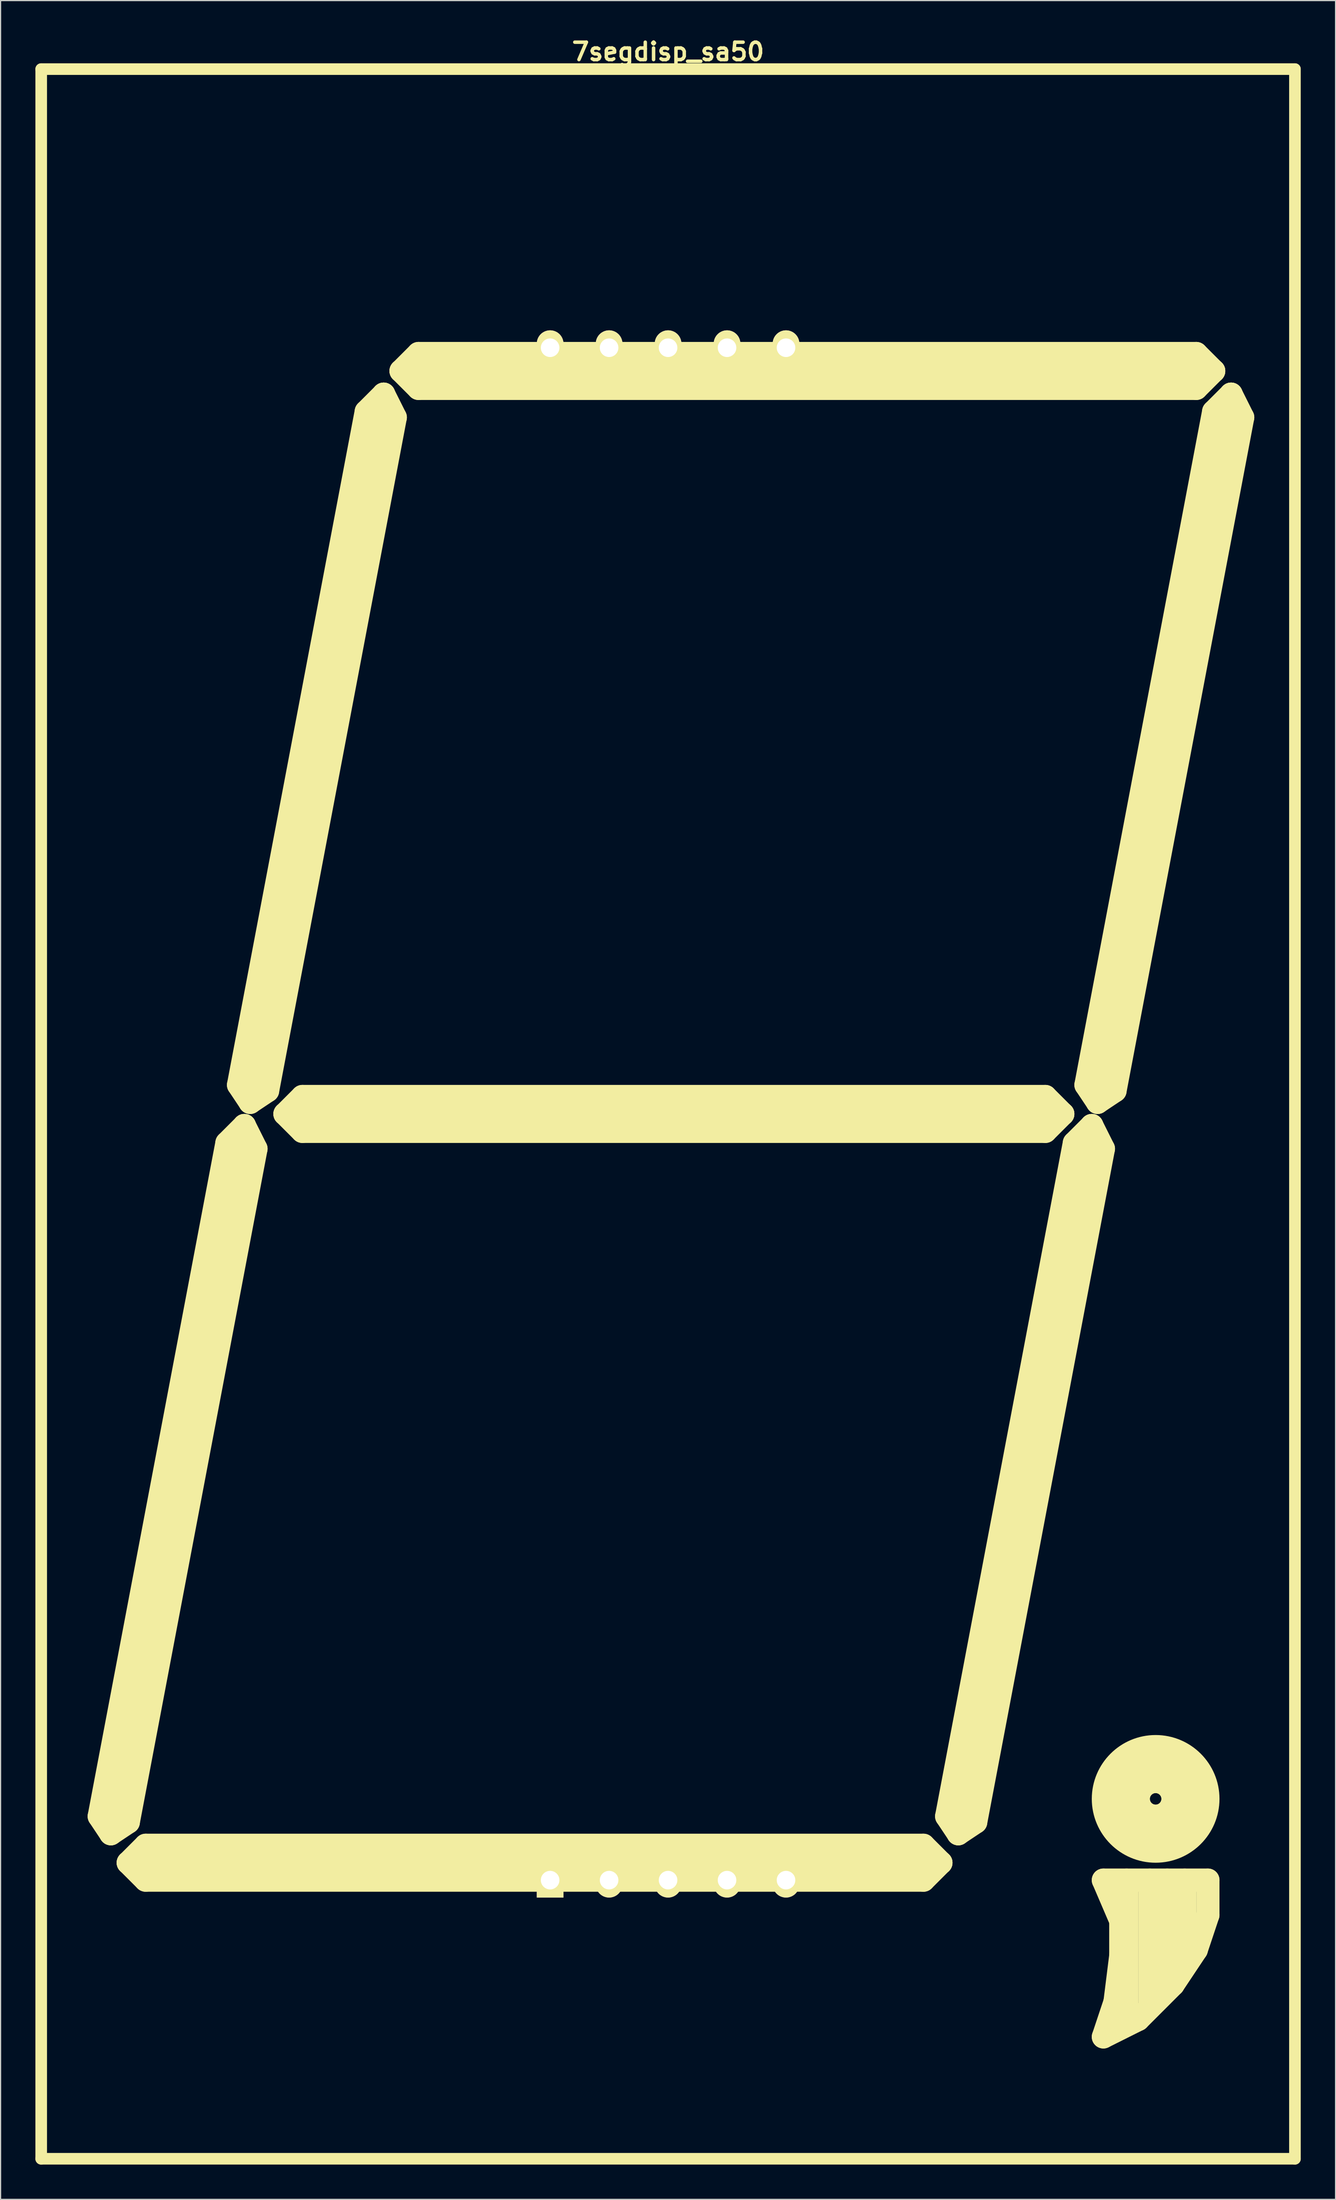
<source format=kicad_pcb>
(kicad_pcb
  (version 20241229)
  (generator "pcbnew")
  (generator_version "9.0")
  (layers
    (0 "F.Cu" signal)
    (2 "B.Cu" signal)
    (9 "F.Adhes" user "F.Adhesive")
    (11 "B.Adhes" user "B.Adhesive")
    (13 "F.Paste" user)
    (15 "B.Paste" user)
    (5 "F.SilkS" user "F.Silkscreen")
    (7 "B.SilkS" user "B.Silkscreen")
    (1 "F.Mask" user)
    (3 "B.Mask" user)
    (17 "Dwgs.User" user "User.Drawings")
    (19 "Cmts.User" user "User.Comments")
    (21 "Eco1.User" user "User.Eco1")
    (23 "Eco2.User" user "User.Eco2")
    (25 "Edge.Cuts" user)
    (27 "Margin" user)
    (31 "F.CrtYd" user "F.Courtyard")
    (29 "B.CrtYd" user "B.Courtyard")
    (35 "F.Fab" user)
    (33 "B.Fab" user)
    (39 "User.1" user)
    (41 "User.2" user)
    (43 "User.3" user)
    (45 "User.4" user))
  (footprint "7segdisp_sa50"
    (layer "F.Cu")
    (at 54.5 92.904)
    (property "Reference" "7segdisp_sa50" (at 0 -91.5 0) (layer "F.SilkS") (effects (font (size 1.5 1.5) (thickness 0.3))))
    (attr through_hole)
    (fp_line (start -54 90) (end -54 -90) (stroke (width 1) (type solid)) (layer "F.SilkS"))
    (fp_line (start -54 90) (end 54 90) (stroke (width 1) (type solid)) (layer "F.SilkS"))
    (fp_line (start -49 60.5) (end -38 2.5) (stroke (width 2) (type solid)) (layer "F.SilkS"))
    (fp_line (start -48 62) (end -49 60.5) (stroke (width 2) (type solid)) (layer "F.SilkS"))
    (fp_line (start -48 62) (end -46.5 61) (stroke (width 2) (type solid)) (layer "F.SilkS"))
    (fp_line (start -48 62) (end -36.5 1) (stroke (width 2) (type solid)) (layer "F.SilkS"))
    (fp_line (start -46.5 61) (end -35.5 3) (stroke (width 2) (type solid)) (layer "F.SilkS"))
    (fp_line (start -46.5 64.5) (end -45 66) (stroke (width 2) (type solid)) (layer "F.SilkS"))
    (fp_line (start -45 63) (end -46.5 64.5) (stroke (width 2) (type solid)) (layer "F.SilkS"))
    (fp_line (start -45 66) (end 22 66) (stroke (width 2) (type solid)) (layer "F.SilkS"))
    (fp_line (start -37 -2.5) (end -26 -60.5) (stroke (width 2) (type solid)) (layer "F.SilkS"))
    (fp_line (start -36.5 1) (end -38 2.5) (stroke (width 2) (type solid)) (layer "F.SilkS"))
    (fp_line (start -36.5 1) (end -35.5 3) (stroke (width 2) (type solid)) (layer "F.SilkS"))
    (fp_line (start -36 -1) (end -37 -2.5) (stroke (width 2) (type solid)) (layer "F.SilkS"))
    (fp_line (start -36 -1) (end -34.5 -2) (stroke (width 2) (type solid)) (layer "F.SilkS"))
    (fp_line (start -36 -1) (end -24.5 -62) (stroke (width 2) (type solid)) (layer "F.SilkS"))
    (fp_line (start -34.5 -2) (end -23.5 -60) (stroke (width 2) (type solid)) (layer "F.SilkS"))
    (fp_line (start -33 0) (end -31.5 -1.5) (stroke (width 2) (type solid)) (layer "F.SilkS"))
    (fp_line (start -33 0) (end -31.5 1.5) (stroke (width 2) (type solid)) (layer "F.SilkS"))
    (fp_line (start -31.5 -1.5) (end 32.5 -1.5) (stroke (width 2) (type solid)) (layer "F.SilkS"))
    (fp_line (start -24.5 -62) (end -26 -60.5) (stroke (width 2) (type solid)) (layer "F.SilkS"))
    (fp_line (start -24.5 -62) (end -23.5 -60) (stroke (width 2) (type solid)) (layer "F.SilkS"))
    (fp_line (start -23 -64) (end -21.5 -62.5) (stroke (width 2) (type solid)) (layer "F.SilkS"))
    (fp_line (start -21.5 -65.5) (end -23 -64) (stroke (width 2) (type solid)) (layer "F.SilkS"))
    (fp_line (start -21.5 -62.5) (end 45.5 -62.5) (stroke (width 2) (type solid)) (layer "F.SilkS"))
    (fp_line (start 22 63) (end -45 63) (stroke (width 2) (type solid)) (layer "F.SilkS"))
    (fp_line (start 22 66) (end 23.5 64.5) (stroke (width 2) (type solid)) (layer "F.SilkS"))
    (fp_line (start 23.5 64.5) (end -46.5 64.5) (stroke (width 2) (type solid)) (layer "F.SilkS"))
    (fp_line (start 23.5 64.5) (end 22 63) (stroke (width 2) (type solid)) (layer "F.SilkS"))
    (fp_line (start 24 60.5) (end 35 2.5) (stroke (width 2) (type solid)) (layer "F.SilkS"))
    (fp_line (start 25 62) (end 24 60.5) (stroke (width 2) (type solid)) (layer "F.SilkS"))
    (fp_line (start 25 62) (end 26.5 61) (stroke (width 2) (type solid)) (layer "F.SilkS"))
    (fp_line (start 25 62) (end 36.5 1) (stroke (width 2) (type solid)) (layer "F.SilkS"))
    (fp_line (start 26.5 61) (end 37.5 3) (stroke (width 2) (type solid)) (layer "F.SilkS"))
    (fp_line (start 32.5 1.5) (end -31.5 1.5) (stroke (width 2) (type solid)) (layer "F.SilkS"))
    (fp_line (start 34 0) (end -33 0) (stroke (width 2) (type solid)) (layer "F.SilkS"))
    (fp_line (start 34 0) (end 32.5 -1.5) (stroke (width 2) (type solid)) (layer "F.SilkS"))
    (fp_line (start 34 0) (end 32.5 1.5) (stroke (width 2) (type solid)) (layer "F.SilkS"))
    (fp_line (start 36 -2.5) (end 47 -60.5) (stroke (width 2) (type solid)) (layer "F.SilkS"))
    (fp_line (start 36.5 1) (end 35 2.5) (stroke (width 2) (type solid)) (layer "F.SilkS"))
    (fp_line (start 36.5 1) (end 37.5 3) (stroke (width 2) (type solid)) (layer "F.SilkS"))
    (fp_line (start 37 -1) (end 36 -2.5) (stroke (width 2) (type solid)) (layer "F.SilkS"))
    (fp_line (start 37 -1) (end 38.5 -2) (stroke (width 2) (type solid)) (layer "F.SilkS"))
    (fp_line (start 37 -1) (end 48.5 -62) (stroke (width 2) (type solid)) (layer "F.SilkS"))
    (fp_line (start 37.5 79.5) (end 38.5 76.5) (stroke (width 2) (type solid)) (layer "F.SilkS"))
    (fp_line (start 37.5 79.5) (end 40.5 78) (stroke (width 2) (type solid)) (layer "F.SilkS"))
    (fp_line (start 38.5 -2) (end 49.5 -60) (stroke (width 2) (type solid)) (layer "F.SilkS"))
    (fp_line (start 38.5 76.5) (end 39 72.5) (stroke (width 2) (type solid)) (layer "F.SilkS"))
    (fp_line (start 39 69.5) (end 37.5 66) (stroke (width 2) (type solid)) (layer "F.SilkS"))
    (fp_line (start 39 72.5) (end 39 69.5) (stroke (width 2) (type solid)) (layer "F.SilkS"))
    (fp_line (start 39.5 66) (end 39.5 77.5) (stroke (width 2) (type solid)) (layer "F.SilkS"))
    (fp_line (start 40.5 78) (end 43.5 75) (stroke (width 2) (type solid)) (layer "F.SilkS"))
    (fp_line (start 41.5 66) (end 41.5 76.5) (stroke (width 2) (type solid)) (layer "F.SilkS"))
    (fp_line (start 43 66) (end 43 75) (stroke (width 2) (type solid)) (layer "F.SilkS"))
    (fp_line (start 44.5 66) (end 44.5 73) (stroke (width 2) (type solid)) (layer "F.SilkS"))
    (fp_line (start 45.5 -65.5) (end -21.5 -65.5) (stroke (width 2) (type solid)) (layer "F.SilkS"))
    (fp_line (start 45.5 -62.5) (end 47 -64) (stroke (width 2) (type solid)) (layer "F.SilkS"))
    (fp_line (start 45.5 72) (end 43.5 75) (stroke (width 2) (type solid)) (layer "F.SilkS"))
    (fp_line (start 46.5 66) (end 37.5 66) (stroke (width 2) (type solid)) (layer "F.SilkS"))
    (fp_line (start 46.5 66) (end 46.5 69) (stroke (width 2) (type solid)) (layer "F.SilkS"))
    (fp_line (start 46.5 69) (end 45.5 72) (stroke (width 2) (type solid)) (layer "F.SilkS"))
    (fp_line (start 47 -64) (end -23 -64) (stroke (width 2) (type solid)) (layer "F.SilkS"))
    (fp_line (start 47 -64) (end 45.5 -65.5) (stroke (width 2) (type solid)) (layer "F.SilkS"))
    (fp_line (start 48.5 -62) (end 47 -60.5) (stroke (width 2) (type solid)) (layer "F.SilkS"))
    (fp_line (start 48.5 -62) (end 49.5 -60) (stroke (width 2) (type solid)) (layer "F.SilkS"))
    (fp_line (start 54 -90) (end -54 -90) (stroke (width 1) (type solid)) (layer "F.SilkS"))
    (fp_line (start 54 -90) (end 54 90) (stroke (width 1) (type solid)) (layer "F.SilkS"))
    (fp_circle (center 42 59) (end 42.5 59) (stroke (width 2) (type solid)) (fill no) (layer "F.SilkS"))
    (fp_circle (center 42 59) (end 43.5 59) (stroke (width 2) (type solid)) (fill no) (layer "F.SilkS"))
    (fp_circle (center 42 59) (end 45 59) (stroke (width 2) (type solid)) (fill no) (layer "F.SilkS"))
    (fp_circle (center 42 59) (end 46.5 59) (stroke (width 2) (type solid)) (fill no) (layer "F.SilkS"))
    (pad "1" thru_hole rect (at -10.16 66 90) (size 3 2.3) (drill 1.6) (layers "*.Cu" "*.Mask" "F.SilkS"))
    (pad "2" thru_hole oval (at -5.08 66 90) (size 3 2.3) (drill 1.6) (layers "*.Cu" "*.Mask" "F.SilkS"))
    (pad "3" thru_hole oval (at 0 66 90) (size 3 2.3) (drill 1.6) (layers "*.Cu" "*.Mask" "F.SilkS"))
    (pad "4" thru_hole oval (at 5.08 66 90) (size 3 2.3) (drill 1.6) (layers "*.Cu" "*.Mask" "F.SilkS"))
    (pad "5" thru_hole oval (at 10.16 66 90) (size 3 2.3) (drill 1.6) (layers "*.Cu" "*.Mask" "F.SilkS"))
    (pad "6" thru_hole oval (at 10.16 -66 90) (size 3 2.3) (drill 1.6) (layers "*.Cu" "*.Mask" "F.SilkS"))
    (pad "7" thru_hole oval (at 5.08 -66 90) (size 3 2.3) (drill 1.6) (layers "*.Cu" "*.Mask" "F.SilkS"))
    (pad "8" thru_hole oval (at 0 -66 90) (size 3 2.3) (drill 1.6) (layers "*.Cu" "*.Mask" "F.SilkS"))
    (pad "9" thru_hole oval (at -5.08 -66 90) (size 3 2.3) (drill 1.6) (layers "*.Cu" "*.Mask" "F.SilkS"))
    (pad "10" thru_hole oval (at -10.16 -66 90) (size 3 2.3) (drill 1.6) (layers "*.Cu" "*.Mask" "F.SilkS")))
  (gr_rect
    (start -3 -3)
    (end 112 186.404)
    (stroke (width 0.1) (type default))
    (fill no)
    (layer "Edge.Cuts")))
</source>
